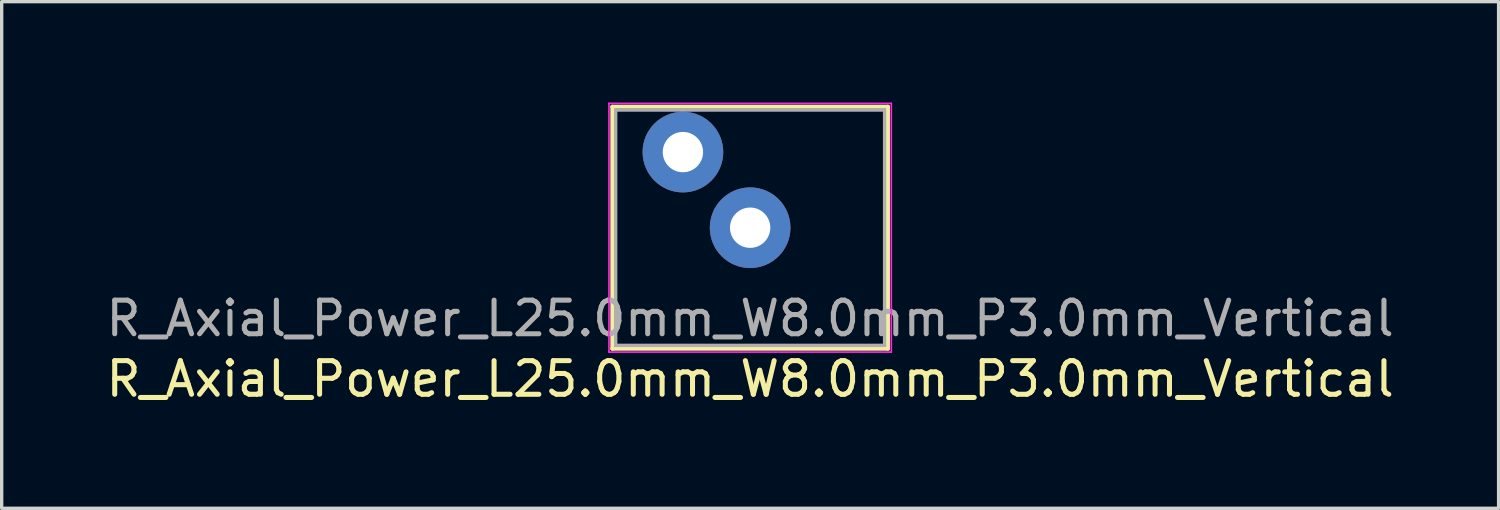
<source format=kicad_pcb>
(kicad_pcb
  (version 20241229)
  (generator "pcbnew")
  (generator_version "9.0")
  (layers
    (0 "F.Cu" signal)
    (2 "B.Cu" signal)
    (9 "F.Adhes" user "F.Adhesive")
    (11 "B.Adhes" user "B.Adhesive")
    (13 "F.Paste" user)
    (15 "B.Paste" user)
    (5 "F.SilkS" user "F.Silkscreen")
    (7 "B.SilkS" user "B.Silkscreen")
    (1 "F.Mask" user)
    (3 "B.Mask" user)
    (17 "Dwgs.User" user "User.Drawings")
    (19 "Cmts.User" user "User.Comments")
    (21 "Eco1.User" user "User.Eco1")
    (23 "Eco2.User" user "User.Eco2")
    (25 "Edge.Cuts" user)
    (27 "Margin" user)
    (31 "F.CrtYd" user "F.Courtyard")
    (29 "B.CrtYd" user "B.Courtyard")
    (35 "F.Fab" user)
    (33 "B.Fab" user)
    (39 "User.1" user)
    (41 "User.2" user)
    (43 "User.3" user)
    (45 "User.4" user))
  (footprint "R_Axial_Power_L25.0mm_W8.0mm_P3.0mm_Vertical"
    (layer "F.Cu")
    (at 19.268 3.725)
    (property "Reference" "R_Axial_Power_L25.0mm_W8.0mm_P3.0mm_Vertical" (at 0 4.5 0) (unlocked yes) (layer "F.SilkS") (effects (font (size 1 1) (thickness 0.15))))
    (attr through_hole)
    (fp_line (start -4.1 -3.6) (end 4.1 -3.6) (stroke (width 0.12) (type default)) (layer "F.SilkS"))
    (fp_line (start -4.1 3.6) (end -4.1 -3.6) (stroke (width 0.12) (type default)) (layer "F.SilkS"))
    (fp_line (start 4.1 -3.6) (end 4.1 3.6) (stroke (width 0.12) (type default)) (layer "F.SilkS"))
    (fp_line (start 4.1 3.6) (end -4.1 3.6) (stroke (width 0.12) (type default)) (layer "F.SilkS"))
    (fp_line (start -4.2 -3.7) (end 4.2 -3.7) (stroke (width 0.05) (type default)) (layer "F.CrtYd"))
    (fp_line (start -4.2 3.7) (end -4.2 -3.7) (stroke (width 0.05) (type default)) (layer "F.CrtYd"))
    (fp_line (start 4.2 -3.7) (end 4.2 3.7) (stroke (width 0.05) (type default)) (layer "F.CrtYd"))
    (fp_line (start 4.2 3.7) (end -4.2 3.7) (stroke (width 0.05) (type default)) (layer "F.CrtYd"))
    (fp_line (start -4 -3.5) (end 4 -3.5) (stroke (width 0.1) (type default)) (layer "F.Fab"))
    (fp_line (start -4 3.5) (end -4 -3.5) (stroke (width 0.1) (type default)) (layer "F.Fab"))
    (fp_line (start 4 -3.5) (end 4 3.5) (stroke (width 0.1) (type default)) (layer "F.Fab"))
    (fp_line (start 4 3.5) (end -4 3.5) (stroke (width 0.1) (type default)) (layer "F.Fab"))
    (fp_text user "${REFERENCE}" (at 0 2.7 0) (layer "F.Fab") (effects (font (size 1 1) (thickness 0.15))))
    (pad "1" thru_hole circle (at 0 0) (size 2.4 2.4) (drill 1.2) (layers "*.Cu" "*.Mask"))
    (pad "2" thru_hole circle (at -2 -2.25) (size 2.4 2.4) (drill 1.2) (layers "*.Cu" "*.Mask")))
  (gr_rect
    (start -3 -3)
    (end 41.536 12.073)
    (stroke (width 0.1) (type default))
    (fill no)
    (layer "Edge.Cuts")))
</source>
